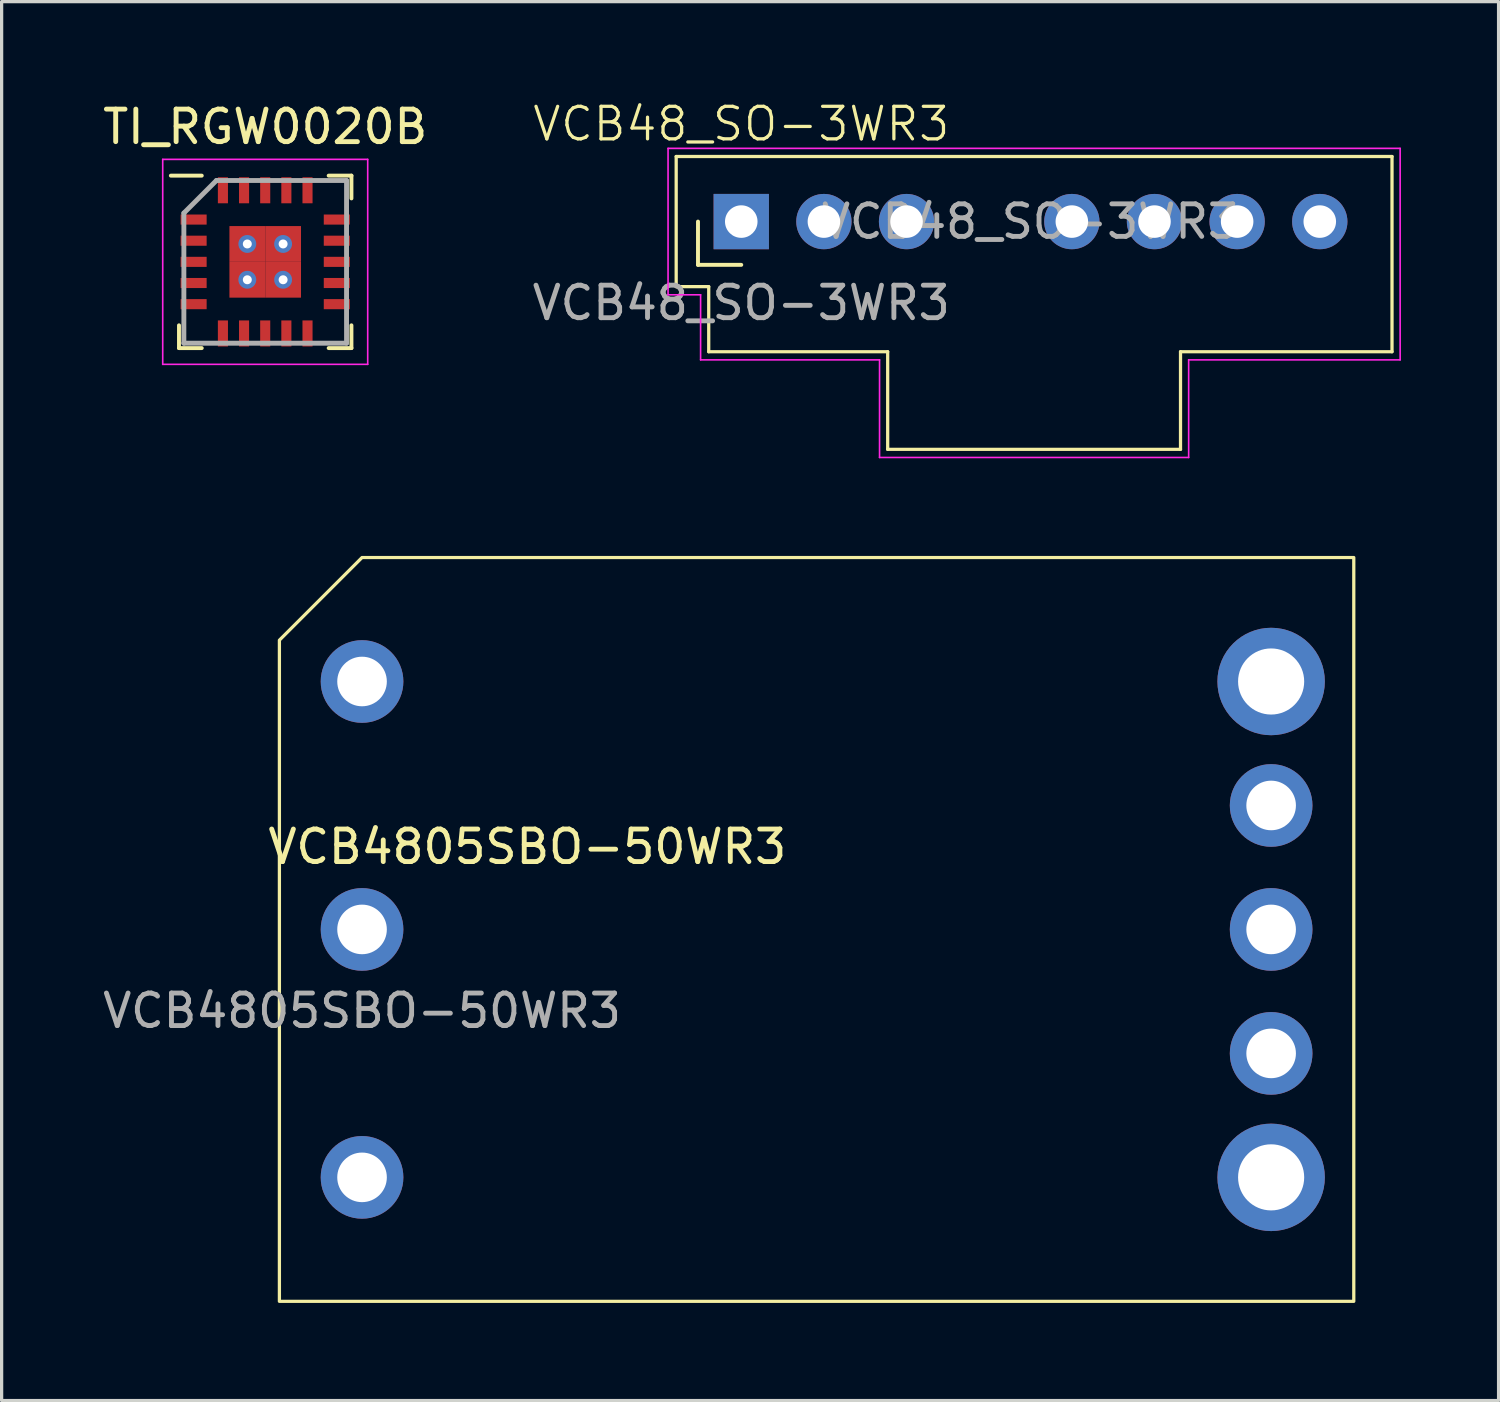
<source format=kicad_pcb>
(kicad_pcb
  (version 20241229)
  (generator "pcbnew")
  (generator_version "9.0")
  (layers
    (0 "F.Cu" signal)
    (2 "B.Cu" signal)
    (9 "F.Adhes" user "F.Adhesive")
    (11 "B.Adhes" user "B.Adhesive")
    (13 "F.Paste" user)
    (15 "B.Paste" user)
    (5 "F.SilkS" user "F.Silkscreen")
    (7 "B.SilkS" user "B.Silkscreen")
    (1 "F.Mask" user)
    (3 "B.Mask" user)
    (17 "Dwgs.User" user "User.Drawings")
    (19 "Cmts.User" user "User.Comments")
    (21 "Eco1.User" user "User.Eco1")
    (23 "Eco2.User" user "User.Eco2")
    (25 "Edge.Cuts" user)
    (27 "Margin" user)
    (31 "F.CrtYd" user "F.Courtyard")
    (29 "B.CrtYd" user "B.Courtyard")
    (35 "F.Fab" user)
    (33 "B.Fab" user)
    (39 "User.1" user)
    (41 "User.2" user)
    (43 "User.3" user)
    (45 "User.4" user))
  (footprint "TI_RGW0020B"
    (layer "F.Cu")
    (at 5.101 4.998)
    (property "Reference" "TI_RGW0020B" (at 0 -4.15 0) (layer "F.SilkS") (effects (font (size 1 1) (thickness 0.15))))
    (attr smd)
    (fp_line (start -2.65 2.65) (end -2.65 1.95) (stroke (width 0.12) (type default)) (layer "F.SilkS"))
    (fp_line (start -1.95 -2.65) (end -2.9 -2.65) (stroke (width 0.12) (type default)) (layer "F.SilkS"))
    (fp_line (start -1.95 2.65) (end -2.65 2.65) (stroke (width 0.12) (type default)) (layer "F.SilkS"))
    (fp_line (start 1.95 -2.65) (end 2.65 -2.65) (stroke (width 0.12) (type default)) (layer "F.SilkS"))
    (fp_line (start 1.95 2.65) (end 2.65 2.65) (stroke (width 0.12) (type default)) (layer "F.SilkS"))
    (fp_line (start 2.65 -2.65) (end 2.65 -1.95) (stroke (width 0.12) (type default)) (layer "F.SilkS"))
    (fp_line (start 2.65 2.65) (end 2.65 1.95) (stroke (width 0.12) (type default)) (layer "F.SilkS"))
    (fp_line (start -3.15 -3.15) (end 3.15 -3.15) (stroke (width 0.05) (type default)) (layer "F.CrtYd"))
    (fp_line (start -3.15 3.15) (end -3.15 -3.15) (stroke (width 0.05) (type default)) (layer "F.CrtYd"))
    (fp_line (start 3.15 -3.15) (end 3.15 3.15) (stroke (width 0.05) (type default)) (layer "F.CrtYd"))
    (fp_line (start 3.15 3.15) (end -3.15 3.15) (stroke (width 0.05) (type default)) (layer "F.CrtYd"))
    (fp_line (start -2.5 -1.5) (end -2.5 2.5) (stroke (width 0.15) (type default)) (layer "F.Fab"))
    (fp_line (start -2.5 2.5) (end 2.5 2.5) (stroke (width 0.15) (type default)) (layer "F.Fab"))
    (fp_line (start -1.5 -2.5) (end -2.5 -1.5) (stroke (width 0.15) (type default)) (layer "F.Fab"))
    (fp_line (start 2.5 -2.5) (end -1.5 -2.5) (stroke (width 0.15) (type default)) (layer "F.Fab"))
    (fp_line (start 2.5 2.5) (end 2.5 -2.5) (stroke (width 0.15) (type default)) (layer "F.Fab"))
    (pad "1" smd rect (at -2.2 -1.3 90) (size 0.31 0.8) (layers "F.Cu" "F.Mask" "F.Paste"))
    (pad "2" smd rect (at -2.2 -0.65 90) (size 0.31 0.8) (layers "F.Cu" "F.Mask" "F.Paste"))
    (pad "3" smd rect (at -2.2 0 90) (size 0.31 0.8) (layers "F.Cu" "F.Mask" "F.Paste"))
    (pad "4" smd rect (at -2.2 0.65 90) (size 0.31 0.8) (layers "F.Cu" "F.Mask" "F.Paste"))
    (pad "5" smd rect (at -2.2 1.3 90) (size 0.31 0.8) (layers "F.Cu" "F.Mask" "F.Paste"))
    (pad "6" smd rect (at -1.3 2.2) (size 0.31 0.8) (layers "F.Cu" "F.Mask" "F.Paste"))
    (pad "7" smd rect (at -0.65 2.2) (size 0.31 0.8) (layers "F.Cu" "F.Mask" "F.Paste"))
    (pad "8" smd rect (at 0 2.2) (size 0.31 0.8) (layers "F.Cu" "F.Mask" "F.Paste"))
    (pad "9" smd rect (at 0.65 2.2) (size 0.31 0.8) (layers "F.Cu" "F.Mask" "F.Paste"))
    (pad "10" smd rect (at 1.3 2.2) (size 0.31 0.8) (layers "F.Cu" "F.Mask" "F.Paste"))
    (pad "11" smd rect (at 2.2 1.3 90) (size 0.31 0.8) (layers "F.Cu" "F.Mask" "F.Paste"))
    (pad "12" smd rect (at 2.2 0.65 90) (size 0.31 0.8) (layers "F.Cu" "F.Mask" "F.Paste"))
    (pad "13" smd rect (at 2.2 0 90) (size 0.31 0.8) (layers "F.Cu" "F.Mask" "F.Paste"))
    (pad "14" smd rect (at 2.2 -0.65 90) (size 0.31 0.8) (layers "F.Cu" "F.Mask" "F.Paste"))
    (pad "15" smd rect (at 2.2 -1.3 90) (size 0.31 0.8) (layers "F.Cu" "F.Mask" "F.Paste"))
    (pad "16" smd rect (at 1.3 -2.2) (size 0.31 0.8) (layers "F.Cu" "F.Mask" "F.Paste"))
    (pad "17" smd rect (at 0.65 -2.2) (size 0.31 0.8) (layers "F.Cu" "F.Mask" "F.Paste"))
    (pad "18" smd rect (at 0 -2.2) (size 0.31 0.8) (layers "F.Cu" "F.Mask" "F.Paste"))
    (pad "19" smd rect (at -0.65 -2.2) (size 0.31 0.8) (layers "F.Cu" "F.Mask" "F.Paste"))
    (pad "20" smd rect (at -1.3 -2.2) (size 0.31 0.8) (layers "F.Cu" "F.Mask" "F.Paste"))
    (pad "21" thru_hole circle (at -0.55 -0.55) (size 0.55 0.55) (drill 0.275) (layers "*.Cu" "*.Mask"))
    (pad "21" smd rect (at -0.55 -0.55) (size 1.1 1.1) (layers "F.Cu" "F.Mask" "F.Paste"))
    (pad "21" thru_hole circle (at -0.55 0.55) (size 0.55 0.55) (drill 0.275) (layers "*.Cu" "*.Mask"))
    (pad "21" smd rect (at -0.55 0.55) (size 1.1 1.1) (layers "F.Cu" "F.Mask" "F.Paste"))
    (pad "21" thru_hole circle (at 0.55 -0.55) (size 0.55 0.55) (drill 0.275) (layers "*.Cu" "*.Mask"))
    (pad "21" smd rect (at 0.55 -0.55) (size 1.1 1.1) (layers "F.Cu" "F.Mask" "F.Paste"))
    (pad "21" thru_hole circle (at 0.55 0.55) (size 0.55 0.55) (drill 0.275) (layers "*.Cu" "*.Mask"))
    (pad "21" smd rect (at 0.55 0.55) (size 1.1 1.1) (layers "F.Cu" "F.Mask" "F.Paste")))
  (footprint "VCB4805SBO-50WR3"
    (layer "F.Cu")
    (at 8.077 25.515)
    (property "Reference" "VCB4805SBO-50WR3" (at 5.08 -2.54 0) (unlocked yes) (layer "F.SilkS") (effects (font (size 1 1) (thickness 0.15))))
    (attr through_hole)
    (fp_poly (pts (xy -2.54 -8.89) (xy -2.54 11.43) (xy 30.48 11.43) (xy 30.48 -11.43) (xy 0 -11.43)) (stroke (width 0.1) (type solid)) (fill no) (layer "F.SilkS"))
    (fp_text user "${REFERENCE}" (at 0 2.5 0) (unlocked yes) (layer "F.Fab") (effects (font (size 1 1) (thickness 0.15))))
    (pad "1" thru_hole circle (at 0 -7.62) (size 2.54 2.54) (drill 1.524) (layers "*.Cu" "*.Mask"))
    (pad "2" thru_hole circle (at 0 0) (size 2.54 2.54) (drill 1.524) (layers "*.Cu" "*.Mask"))
    (pad "3" thru_hole circle (at 0 7.62) (size 2.54 2.54) (drill 1.524) (layers "*.Cu" "*.Mask"))
    (pad "4" thru_hole circle (at 27.94 7.62) (size 3.302 3.302) (drill 2.032) (layers "*.Cu" "*.Mask"))
    (pad "5" thru_hole circle (at 27.94 3.81) (size 2.54 2.54) (drill 1.524) (layers "*.Cu" "*.Mask"))
    (pad "6" thru_hole circle (at 27.94 0) (size 2.54 2.54) (drill 1.524) (layers "*.Cu" "*.Mask"))
    (pad "7" thru_hole circle (at 27.94 -3.81) (size 2.54 2.54) (drill 1.524) (layers "*.Cu" "*.Mask"))
    (pad "8" thru_hole circle (at 27.94 -7.62) (size 3.302 3.302) (drill 2.032) (layers "*.Cu" "*.Mask")))
  (footprint "VCB48_SO-3WR3"
    (layer "F.Cu")
    (at 19.732 3.76)
    (property "Reference" "VCB48_SO-3WR3" (at 0 -3 0) (unlocked yes) (layer "F.SilkS") (effects (font (size 1 1) (thickness 0.1))))
    (attr through_hole)
    (fp_line (start -2 -2) (end 20 -2) (stroke (width 0.1) (type default)) (layer "F.SilkS"))
    (fp_line (start -2 2) (end -2 -2) (stroke (width 0.1) (type default)) (layer "F.SilkS"))
    (fp_line (start -1.33 1.33) (end -1.33 0) (stroke (width 0.12) (type solid)) (layer "F.SilkS"))
    (fp_line (start -1 2) (end -2 2) (stroke (width 0.1) (type default)) (layer "F.SilkS"))
    (fp_line (start -1 4) (end -1 2) (stroke (width 0.1) (type default)) (layer "F.SilkS"))
    (fp_line (start 0 1.33) (end -1.33 1.33) (stroke (width 0.12) (type solid)) (layer "F.SilkS"))
    (fp_line (start 4.5 4) (end -1 4) (stroke (width 0.1) (type default)) (layer "F.SilkS"))
    (fp_line (start 4.5 7) (end 4.5 4) (stroke (width 0.1) (type default)) (layer "F.SilkS"))
    (fp_line (start 13.5 4) (end 13.5 7) (stroke (width 0.1) (type default)) (layer "F.SilkS"))
    (fp_line (start 13.5 7) (end 4.5 7) (stroke (width 0.1) (type default)) (layer "F.SilkS"))
    (fp_line (start 20 -2) (end 20 4) (stroke (width 0.1) (type default)) (layer "F.SilkS"))
    (fp_line (start 20 4) (end 13.5 4) (stroke (width 0.1) (type default)) (layer "F.SilkS"))
    (fp_line (start -2.25 -2.25) (end -2.25 2.25) (stroke (width 0.05) (type default)) (layer "F.CrtYd"))
    (fp_line (start -2.25 2.25) (end -1.25 2.25) (stroke (width 0.05) (type default)) (layer "F.CrtYd"))
    (fp_line (start -1.25 2.25) (end -1.25 4.25) (stroke (width 0.05) (type default)) (layer "F.CrtYd"))
    (fp_line (start -1.25 4.25) (end 4.25 4.25) (stroke (width 0.05) (type default)) (layer "F.CrtYd"))
    (fp_line (start 4.25 4.25) (end 4.25 7.25) (stroke (width 0.05) (type default)) (layer "F.CrtYd"))
    (fp_line (start 4.25 7.25) (end 13.75 7.25) (stroke (width 0.05) (type default)) (layer "F.CrtYd"))
    (fp_line (start 13.75 4.25) (end 20.25 4.25) (stroke (width 0.05) (type default)) (layer "F.CrtYd"))
    (fp_line (start 13.75 7.25) (end 13.75 4.25) (stroke (width 0.05) (type default)) (layer "F.CrtYd"))
    (fp_line (start 20.25 -2.25) (end -2.25 -2.25) (stroke (width 0.05) (type default)) (layer "F.CrtYd"))
    (fp_line (start 20.25 4.25) (end 20.25 -2.25) (stroke (width 0.05) (type default)) (layer "F.CrtYd"))
    (fp_text user "${REFERENCE}" (at 8.89 0 180) (layer "F.Fab") (effects (font (size 1 1) (thickness 0.15))))
    (fp_text user "${REFERENCE}" (at 0 2.5 0) (unlocked yes) (layer "F.Fab") (effects (font (size 1 1) (thickness 0.15))))
    (pad "1" thru_hole rect (at 0 0 90) (size 1.7 1.7) (drill 1) (layers "*.Cu" "*.Mask"))
    (pad "2" thru_hole oval (at 2.54 0 90) (size 1.7 1.7) (drill 1) (layers "*.Cu" "*.Mask"))
    (pad "3" thru_hole oval (at 5.08 0 90) (size 1.7 1.7) (drill 1) (layers "*.Cu" "*.Mask"))
    (pad "5" thru_hole oval (at 10.16 0 90) (size 1.7 1.7) (drill 1) (layers "*.Cu" "*.Mask"))
    (pad "6" thru_hole oval (at 12.7 0 90) (size 1.7 1.7) (drill 1) (layers "*.Cu" "*.Mask"))
    (pad "7" thru_hole oval (at 15.24 0 90) (size 1.7 1.7) (drill 1) (layers "*.Cu" "*.Mask"))
    (pad "8" thru_hole oval (at 17.78 0 90) (size 1.7 1.7) (drill 1) (layers "*.Cu" "*.Mask")))
  (gr_rect
    (start -3 -3)
    (end 43.007 39.995)
    (stroke (width 0.1) (type default))
    (fill no)
    (layer "Edge.Cuts")))
</source>
